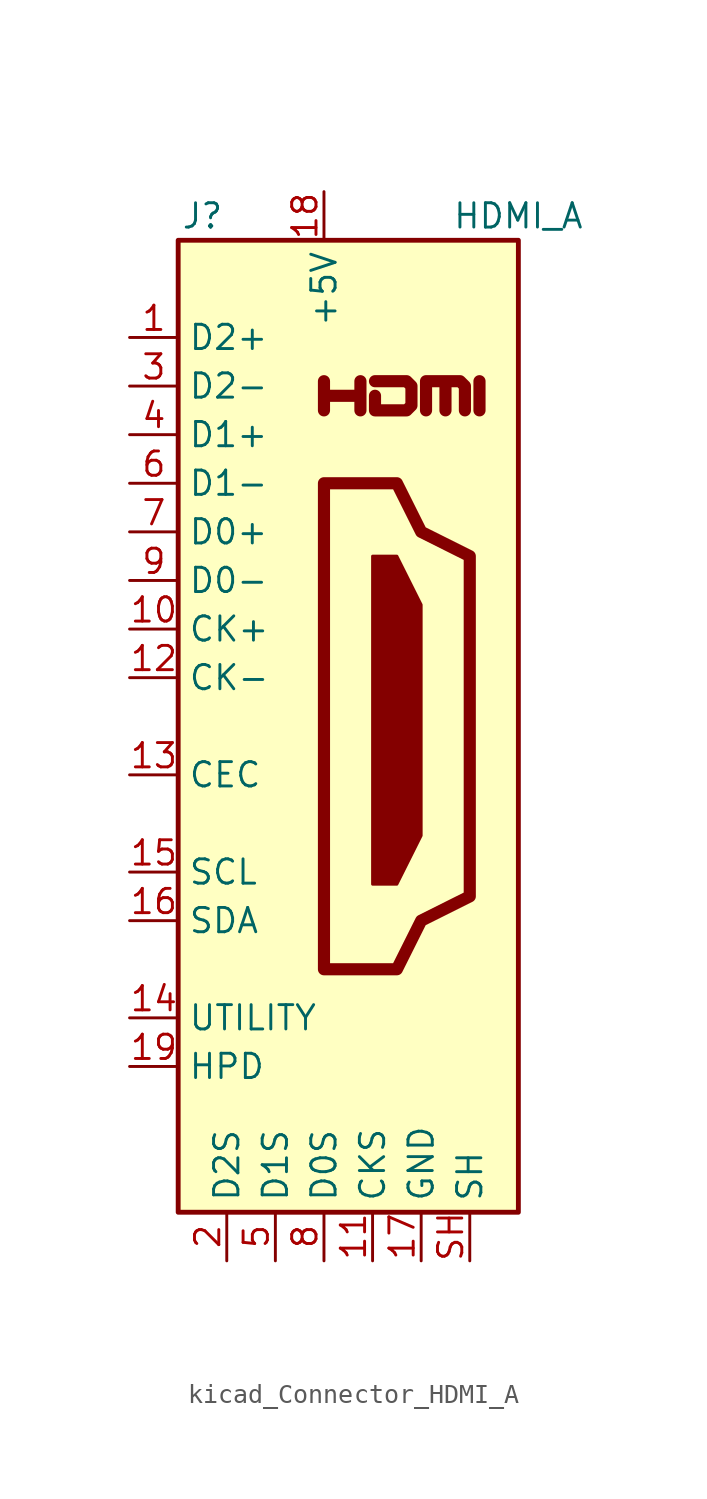
<source format=kicad_sym>
(kicad_symbol_lib
  (version 20220914)
  (generator kicad_symbol_editor)
  (symbol "kicad_Connector_HDMI_A"
    (property "Reference" "J"
      (at -6.35 26.67 0)
      (effects (font (size 1.27 1.27))))
    (property "Value" "HDMI_A"
      (at 10.16 26.67 0)
      (effects (font (size 1.27 1.27))))
    (symbol "kicad_Connector_HDMI_A_0_0"
      (polyline (pts (xy 8.128 16.51) (xy 8.128 18.034)) (stroke (width 0.635) (type default)) (fill (type none)))
      (polyline (pts (xy 0 16.51) (xy 0 18.034) (xy 0 17.272) (xy 1.905 17.272) (xy 1.905 18.034) (xy 1.905 16.51)) (stroke (width 0.635) (type default)) (fill (type none)))
      (polyline (pts (xy 2.667 18.034) (xy 4.318 18.034) (xy 4.572 17.78) (xy 4.572 16.764) (xy 4.318 16.51) (xy 2.667 16.51) (xy 2.667 17.272)) (stroke (width 0.635) (type default)) (fill (type none))))
    (symbol "kicad_Connector_HDMI_A_0_1"
      (rectangle (start -7.62 25.4) (end 10.16 -25.4) (stroke (width 0.254) (type default)) (fill (type background)))
      (polyline (pts (xy 2.54 8.89) (xy 3.81 8.89) (xy 5.08 6.35) (xy 5.08 -5.715) (xy 3.81 -8.255) (xy 2.54 -8.255) (xy 2.54 8.89)) (stroke (width 0) (type default)) (fill (type outline)))
      (polyline (pts (xy 5.334 16.51) (xy 5.334 18.034) (xy 6.35 18.034) (xy 6.35 16.51) (xy 6.35 18.034) (xy 7.112 18.034) (xy 7.366 17.78) (xy 7.366 16.51)) (stroke (width 0.635) (type default)) (fill (type none)))
      (polyline (pts (xy 0 12.7) (xy 0 -12.7) (xy 3.81 -12.7) (xy 5.08 -10.16) (xy 7.62 -8.89) (xy 7.62 8.89) (xy 5.08 10.16) (xy 3.81 12.7) (xy 0 12.7)) (stroke (width 0.635) (type default)) (fill (type none))))
    (symbol "kicad_Connector_HDMI_A_1_1"
      (pin passive line (at -10.16 20.32 0) (length 2.54) (name "D2+" (effects (font (size 1.27 1.27)))) (number "1" (effects (font (size 1.27 1.27)))))
      (pin passive line (at -10.16 5.08 0) (length 2.54) (name "CK+" (effects (font (size 1.27 1.27)))) (number "10" (effects (font (size 1.27 1.27)))))
      (pin power_in line (at 2.54 -27.94 90) (length 2.54) (name "CKS" (effects (font (size 1.27 1.27)))) (number "11" (effects (font (size 1.27 1.27)))))
      (pin passive line (at -10.16 2.54 0) (length 2.54) (name "CK-" (effects (font (size 1.27 1.27)))) (number "12" (effects (font (size 1.27 1.27)))))
      (pin bidirectional line (at -10.16 -2.54 0) (length 2.54) (name "CEC" (effects (font (size 1.27 1.27)))) (number "13" (effects (font (size 1.27 1.27)))))
      (pin passive line (at -10.16 -15.24 0) (length 2.54) (name "UTILITY" (effects (font (size 1.27 1.27)))) (number "14" (effects (font (size 1.27 1.27)))))
      (pin passive line (at -10.16 -7.62 0) (length 2.54) (name "SCL" (effects (font (size 1.27 1.27)))) (number "15" (effects (font (size 1.27 1.27)))))
      (pin bidirectional line (at -10.16 -10.16 0) (length 2.54) (name "SDA" (effects (font (size 1.27 1.27)))) (number "16" (effects (font (size 1.27 1.27)))))
      (pin power_in line (at 5.08 -27.94 90) (length 2.54) (name "GND" (effects (font (size 1.27 1.27)))) (number "17" (effects (font (size 1.27 1.27)))))
      (pin power_in line (at 0 27.94 270) (length 2.54) (name "+5V" (effects (font (size 1.27 1.27)))) (number "18" (effects (font (size 1.27 1.27)))))
      (pin passive line (at -10.16 -17.78 0) (length 2.54) (name "HPD" (effects (font (size 1.27 1.27)))) (number "19" (effects (font (size 1.27 1.27)))))
      (pin power_in line (at -5.08 -27.94 90) (length 2.54) (name "D2S" (effects (font (size 1.27 1.27)))) (number "2" (effects (font (size 1.27 1.27)))))
      (pin passive line (at -10.16 17.78 0) (length 2.54) (name "D2-" (effects (font (size 1.27 1.27)))) (number "3" (effects (font (size 1.27 1.27)))))
      (pin passive line (at -10.16 15.24 0) (length 2.54) (name "D1+" (effects (font (size 1.27 1.27)))) (number "4" (effects (font (size 1.27 1.27)))))
      (pin power_in line (at -2.54 -27.94 90) (length 2.54) (name "D1S" (effects (font (size 1.27 1.27)))) (number "5" (effects (font (size 1.27 1.27)))))
      (pin passive line (at -10.16 12.7 0) (length 2.54) (name "D1-" (effects (font (size 1.27 1.27)))) (number "6" (effects (font (size 1.27 1.27)))))
      (pin passive line (at -10.16 10.16 0) (length 2.54) (name "D0+" (effects (font (size 1.27 1.27)))) (number "7" (effects (font (size 1.27 1.27)))))
      (pin power_in line (at 0 -27.94 90) (length 2.54) (name "D0S" (effects (font (size 1.27 1.27)))) (number "8" (effects (font (size 1.27 1.27)))))
      (pin passive line (at -10.16 7.62 0) (length 2.54) (name "D0-" (effects (font (size 1.27 1.27)))) (number "9" (effects (font (size 1.27 1.27)))))
      (pin passive line (at 7.62 -27.94 90) (length 2.54) (name "SH" (effects (font (size 1.27 1.27)))) (number "SH" (effects (font (size 1.27 1.27))))))))
</source>
